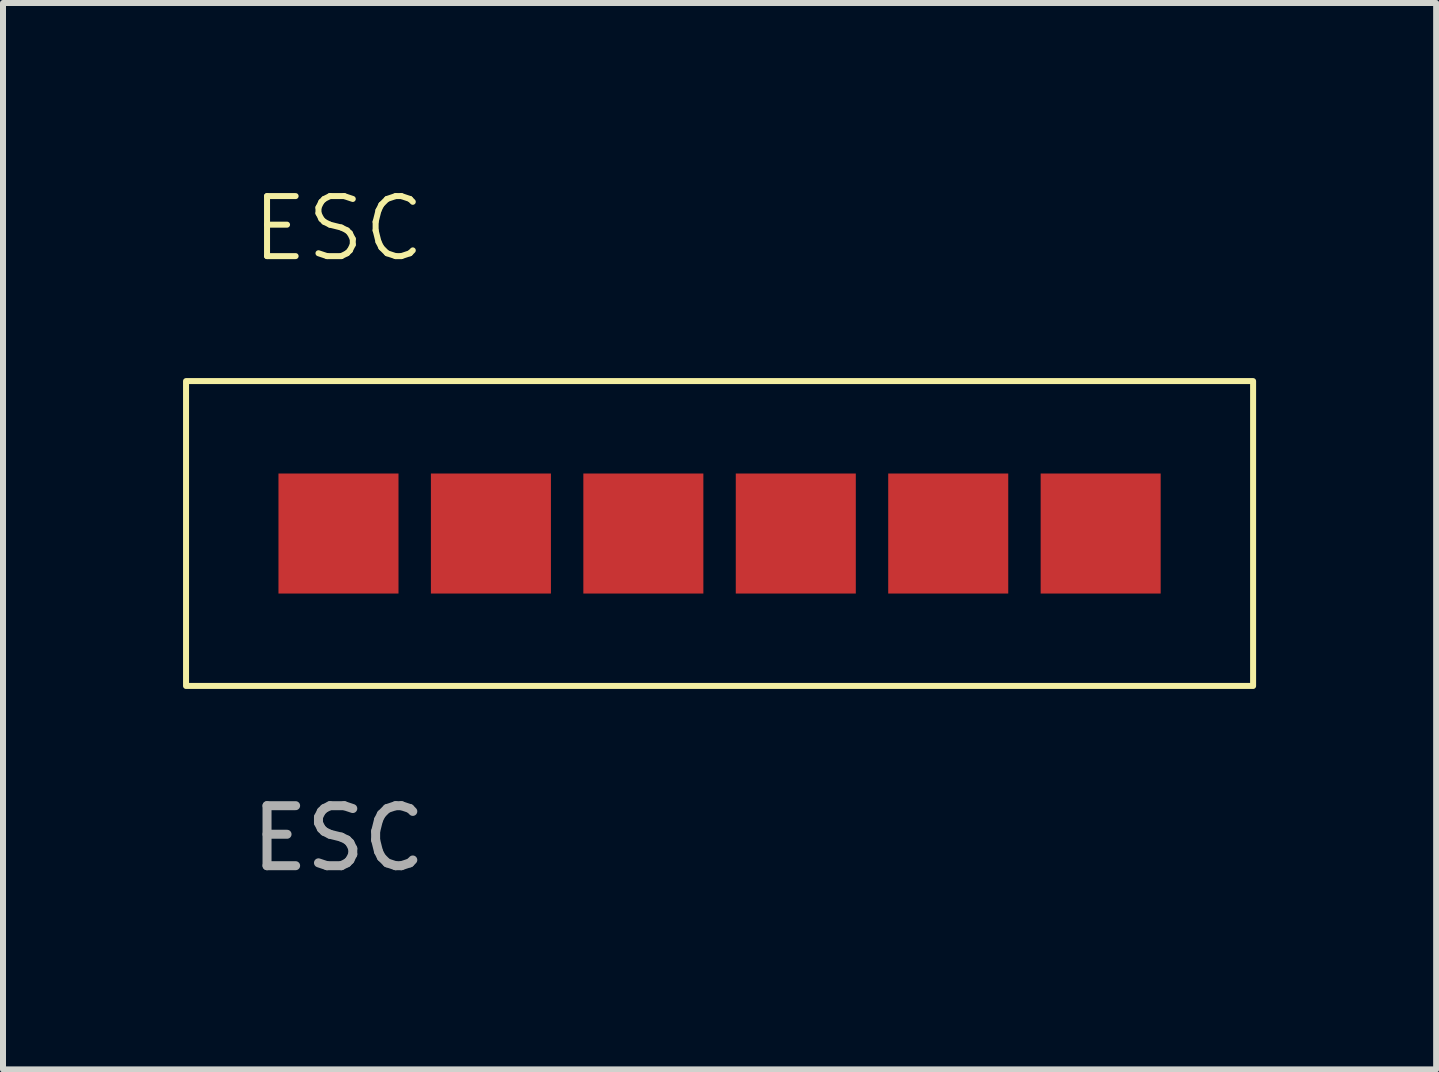
<source format=kicad_pcb>
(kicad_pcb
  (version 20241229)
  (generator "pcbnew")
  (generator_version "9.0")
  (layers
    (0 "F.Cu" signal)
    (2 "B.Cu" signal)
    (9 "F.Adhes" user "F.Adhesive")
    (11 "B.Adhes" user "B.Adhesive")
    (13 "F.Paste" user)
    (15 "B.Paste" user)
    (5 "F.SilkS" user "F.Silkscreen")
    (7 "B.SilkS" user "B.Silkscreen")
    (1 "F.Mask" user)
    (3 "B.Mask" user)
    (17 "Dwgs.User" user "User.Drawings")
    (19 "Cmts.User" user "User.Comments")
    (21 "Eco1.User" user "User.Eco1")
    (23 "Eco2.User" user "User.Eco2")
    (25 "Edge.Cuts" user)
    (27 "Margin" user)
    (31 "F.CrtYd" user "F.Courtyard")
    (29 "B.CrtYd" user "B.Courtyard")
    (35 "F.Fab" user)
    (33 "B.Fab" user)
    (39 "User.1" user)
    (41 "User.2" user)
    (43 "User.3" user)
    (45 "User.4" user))
  (footprint "ESC"
    (layer "F.Cu")
    (at 2.59 5.84)
    (property "Reference" "ESC" (at 0 -5.08 0) (unlocked yes) (layer "F.SilkS") (effects (font (size 1 1) (thickness 0.1))))
    (attr smd)
    (fp_rect (start -2.54 -2.54) (end 15.24 2.54) (stroke (width 0.1) (type default)) (fill no) (layer "F.SilkS"))
    (fp_text user "ESC" (at 0 5.08 0) (unlocked yes) (layer "F.Fab") (effects (font (size 1 1) (thickness 0.15))))
    (pad "1" smd rect (at 0 0) (size 2 2) (layers "F.Cu" "F.Mask"))
    (pad "2" smd rect (at 2.54 0) (size 2 2) (layers "F.Cu" "F.Mask"))
    (pad "3" smd rect (at 5.08 0) (size 2 2) (layers "F.Cu" "F.Mask"))
    (pad "4" smd rect (at 7.62 0) (size 2 2) (layers "F.Cu" "F.Mask"))
    (pad "5" smd rect (at 10.16 0) (size 2 2) (layers "F.Cu" "F.Mask"))
    (pad "6" smd rect (at 12.7 0) (size 2 2) (layers "F.Cu" "F.Mask")))
  (gr_rect
    (start -3 -3)
    (end 20.88 14.769)
    (stroke (width 0.1) (type default))
    (fill no)
    (layer "Edge.Cuts")))
</source>
